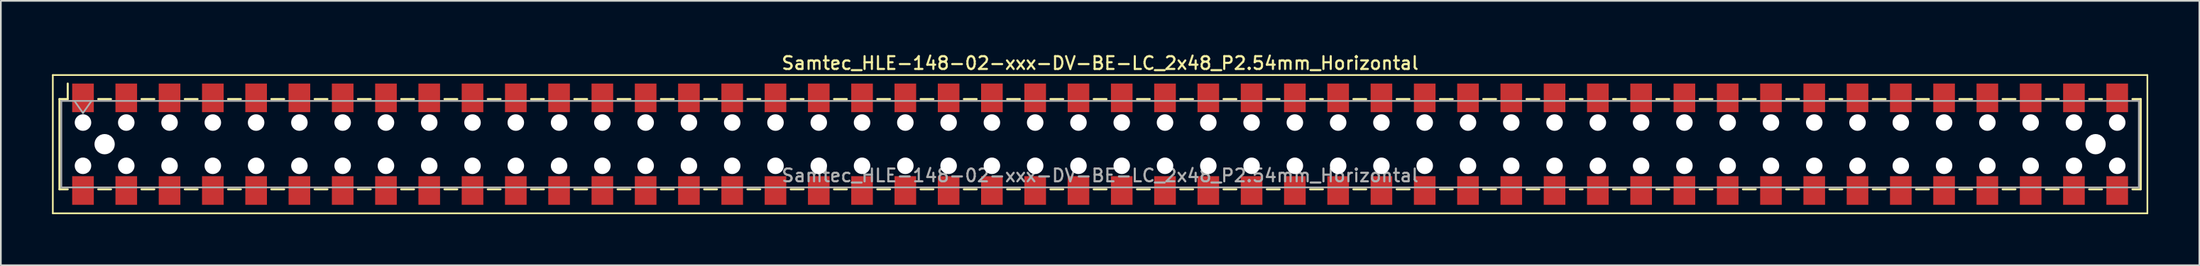
<source format=kicad_pcb>
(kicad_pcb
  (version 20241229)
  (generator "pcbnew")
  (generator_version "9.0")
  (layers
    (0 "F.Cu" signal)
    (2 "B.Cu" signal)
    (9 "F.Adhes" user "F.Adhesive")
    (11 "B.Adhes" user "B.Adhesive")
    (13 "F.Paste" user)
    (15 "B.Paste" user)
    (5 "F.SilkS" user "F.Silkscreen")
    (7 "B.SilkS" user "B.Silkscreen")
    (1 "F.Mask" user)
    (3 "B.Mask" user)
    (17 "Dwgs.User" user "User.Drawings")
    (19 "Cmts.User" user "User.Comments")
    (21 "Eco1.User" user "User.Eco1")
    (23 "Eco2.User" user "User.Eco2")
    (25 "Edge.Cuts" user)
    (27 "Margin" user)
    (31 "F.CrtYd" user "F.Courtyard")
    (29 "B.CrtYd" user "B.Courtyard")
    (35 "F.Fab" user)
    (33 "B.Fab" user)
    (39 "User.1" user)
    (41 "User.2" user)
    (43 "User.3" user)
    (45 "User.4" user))
  (footprint "Samtec_HLE-148-02-xxx-DV-BE-LC_2x48_P2.54mm_Horizontal"
    (layer "F.Cu")
    (at 61.51 5.418)
    (property "Reference" "Samtec_HLE-148-02-xxx-DV-BE-LC_2x48_P2.54mm_Horizontal" (at 0 -4.76 0) (layer "F.SilkS") (effects (font (size 0.75 0.75) (thickness 0.125))))
    (attr smd)
    (fp_line (start -61.46 -4.06) (end 61.46 -4.06) (stroke (width 0.1) (type solid)) (layer "F.SilkS"))
    (fp_line (start -61.46 4.06) (end -61.46 -4.06) (stroke (width 0.1) (type solid)) (layer "F.SilkS"))
    (fp_line (start -61.07 -2.65) (end -61.07 2.65) (stroke (width 0.12) (type solid)) (layer "F.SilkS"))
    (fp_line (start -61.07 2.65) (end -60.585 2.65) (stroke (width 0.12) (type solid)) (layer "F.SilkS"))
    (fp_line (start -60.585 -3.56) (end -60.585 -2.65) (stroke (width 0.12) (type solid)) (layer "F.SilkS"))
    (fp_line (start -60.585 -2.65) (end -61.07 -2.65) (stroke (width 0.12) (type solid)) (layer "F.SilkS"))
    (fp_line (start -58.795 -2.65) (end -58.045 -2.65) (stroke (width 0.12) (type solid)) (layer "F.SilkS"))
    (fp_line (start -58.795 2.65) (end -58.045 2.65) (stroke (width 0.12) (type solid)) (layer "F.SilkS"))
    (fp_line (start -56.255 -2.65) (end -55.505 -2.65) (stroke (width 0.12) (type solid)) (layer "F.SilkS"))
    (fp_line (start -56.255 2.65) (end -55.505 2.65) (stroke (width 0.12) (type solid)) (layer "F.SilkS"))
    (fp_line (start -53.715 -2.65) (end -52.965 -2.65) (stroke (width 0.12) (type solid)) (layer "F.SilkS"))
    (fp_line (start -53.715 2.65) (end -52.965 2.65) (stroke (width 0.12) (type solid)) (layer "F.SilkS"))
    (fp_line (start -51.175 -2.65) (end -50.425 -2.65) (stroke (width 0.12) (type solid)) (layer "F.SilkS"))
    (fp_line (start -51.175 2.65) (end -50.425 2.65) (stroke (width 0.12) (type solid)) (layer "F.SilkS"))
    (fp_line (start -48.635 -2.65) (end -47.885 -2.65) (stroke (width 0.12) (type solid)) (layer "F.SilkS"))
    (fp_line (start -48.635 2.65) (end -47.885 2.65) (stroke (width 0.12) (type solid)) (layer "F.SilkS"))
    (fp_line (start -46.095 -2.65) (end -45.345 -2.65) (stroke (width 0.12) (type solid)) (layer "F.SilkS"))
    (fp_line (start -46.095 2.65) (end -45.345 2.65) (stroke (width 0.12) (type solid)) (layer "F.SilkS"))
    (fp_line (start -43.555 -2.65) (end -42.805 -2.65) (stroke (width 0.12) (type solid)) (layer "F.SilkS"))
    (fp_line (start -43.555 2.65) (end -42.805 2.65) (stroke (width 0.12) (type solid)) (layer "F.SilkS"))
    (fp_line (start -41.015 -2.65) (end -40.265 -2.65) (stroke (width 0.12) (type solid)) (layer "F.SilkS"))
    (fp_line (start -41.015 2.65) (end -40.265 2.65) (stroke (width 0.12) (type solid)) (layer "F.SilkS"))
    (fp_line (start -38.475 -2.65) (end -37.725 -2.65) (stroke (width 0.12) (type solid)) (layer "F.SilkS"))
    (fp_line (start -38.475 2.65) (end -37.725 2.65) (stroke (width 0.12) (type solid)) (layer "F.SilkS"))
    (fp_line (start -35.935 -2.65) (end -35.185 -2.65) (stroke (width 0.12) (type solid)) (layer "F.SilkS"))
    (fp_line (start -35.935 2.65) (end -35.185 2.65) (stroke (width 0.12) (type solid)) (layer "F.SilkS"))
    (fp_line (start -33.395 -2.65) (end -32.645 -2.65) (stroke (width 0.12) (type solid)) (layer "F.SilkS"))
    (fp_line (start -33.395 2.65) (end -32.645 2.65) (stroke (width 0.12) (type solid)) (layer "F.SilkS"))
    (fp_line (start -30.855 -2.65) (end -30.105 -2.65) (stroke (width 0.12) (type solid)) (layer "F.SilkS"))
    (fp_line (start -30.855 2.65) (end -30.105 2.65) (stroke (width 0.12) (type solid)) (layer "F.SilkS"))
    (fp_line (start -28.315 -2.65) (end -27.565 -2.65) (stroke (width 0.12) (type solid)) (layer "F.SilkS"))
    (fp_line (start -28.315 2.65) (end -27.565 2.65) (stroke (width 0.12) (type solid)) (layer "F.SilkS"))
    (fp_line (start -25.775 -2.65) (end -25.025 -2.65) (stroke (width 0.12) (type solid)) (layer "F.SilkS"))
    (fp_line (start -25.775 2.65) (end -25.025 2.65) (stroke (width 0.12) (type solid)) (layer "F.SilkS"))
    (fp_line (start -23.235 -2.65) (end -22.485 -2.65) (stroke (width 0.12) (type solid)) (layer "F.SilkS"))
    (fp_line (start -23.235 2.65) (end -22.485 2.65) (stroke (width 0.12) (type solid)) (layer "F.SilkS"))
    (fp_line (start -20.695 -2.65) (end -19.945 -2.65) (stroke (width 0.12) (type solid)) (layer "F.SilkS"))
    (fp_line (start -20.695 2.65) (end -19.945 2.65) (stroke (width 0.12) (type solid)) (layer "F.SilkS"))
    (fp_line (start -18.155 -2.65) (end -17.405 -2.65) (stroke (width 0.12) (type solid)) (layer "F.SilkS"))
    (fp_line (start -18.155 2.65) (end -17.405 2.65) (stroke (width 0.12) (type solid)) (layer "F.SilkS"))
    (fp_line (start -15.615 -2.65) (end -14.865 -2.65) (stroke (width 0.12) (type solid)) (layer "F.SilkS"))
    (fp_line (start -15.615 2.65) (end -14.865 2.65) (stroke (width 0.12) (type solid)) (layer "F.SilkS"))
    (fp_line (start -13.075 -2.65) (end -12.325 -2.65) (stroke (width 0.12) (type solid)) (layer "F.SilkS"))
    (fp_line (start -13.075 2.65) (end -12.325 2.65) (stroke (width 0.12) (type solid)) (layer "F.SilkS"))
    (fp_line (start -10.535 -2.65) (end -9.785 -2.65) (stroke (width 0.12) (type solid)) (layer "F.SilkS"))
    (fp_line (start -10.535 2.65) (end -9.785 2.65) (stroke (width 0.12) (type solid)) (layer "F.SilkS"))
    (fp_line (start -7.995 -2.65) (end -7.245 -2.65) (stroke (width 0.12) (type solid)) (layer "F.SilkS"))
    (fp_line (start -7.995 2.65) (end -7.245 2.65) (stroke (width 0.12) (type solid)) (layer "F.SilkS"))
    (fp_line (start -5.455 -2.65) (end -4.705 -2.65) (stroke (width 0.12) (type solid)) (layer "F.SilkS"))
    (fp_line (start -5.455 2.65) (end -4.705 2.65) (stroke (width 0.12) (type solid)) (layer "F.SilkS"))
    (fp_line (start -2.915 -2.65) (end -2.165 -2.65) (stroke (width 0.12) (type solid)) (layer "F.SilkS"))
    (fp_line (start -2.915 2.65) (end -2.165 2.65) (stroke (width 0.12) (type solid)) (layer "F.SilkS"))
    (fp_line (start -0.375 -2.65) (end 0.375 -2.65) (stroke (width 0.12) (type solid)) (layer "F.SilkS"))
    (fp_line (start -0.375 2.65) (end 0.375 2.65) (stroke (width 0.12) (type solid)) (layer "F.SilkS"))
    (fp_line (start 2.165 -2.65) (end 2.915 -2.65) (stroke (width 0.12) (type solid)) (layer "F.SilkS"))
    (fp_line (start 2.165 2.65) (end 2.915 2.65) (stroke (width 0.12) (type solid)) (layer "F.SilkS"))
    (fp_line (start 4.705 -2.65) (end 5.455 -2.65) (stroke (width 0.12) (type solid)) (layer "F.SilkS"))
    (fp_line (start 4.705 2.65) (end 5.455 2.65) (stroke (width 0.12) (type solid)) (layer "F.SilkS"))
    (fp_line (start 7.245 -2.65) (end 7.995 -2.65) (stroke (width 0.12) (type solid)) (layer "F.SilkS"))
    (fp_line (start 7.245 2.65) (end 7.995 2.65) (stroke (width 0.12) (type solid)) (layer "F.SilkS"))
    (fp_line (start 9.785 -2.65) (end 10.535 -2.65) (stroke (width 0.12) (type solid)) (layer "F.SilkS"))
    (fp_line (start 9.785 2.65) (end 10.535 2.65) (stroke (width 0.12) (type solid)) (layer "F.SilkS"))
    (fp_line (start 12.325 -2.65) (end 13.075 -2.65) (stroke (width 0.12) (type solid)) (layer "F.SilkS"))
    (fp_line (start 12.325 2.65) (end 13.075 2.65) (stroke (width 0.12) (type solid)) (layer "F.SilkS"))
    (fp_line (start 14.865 -2.65) (end 15.615 -2.65) (stroke (width 0.12) (type solid)) (layer "F.SilkS"))
    (fp_line (start 14.865 2.65) (end 15.615 2.65) (stroke (width 0.12) (type solid)) (layer "F.SilkS"))
    (fp_line (start 17.405 -2.65) (end 18.155 -2.65) (stroke (width 0.12) (type solid)) (layer "F.SilkS"))
    (fp_line (start 17.405 2.65) (end 18.155 2.65) (stroke (width 0.12) (type solid)) (layer "F.SilkS"))
    (fp_line (start 19.945 -2.65) (end 20.695 -2.65) (stroke (width 0.12) (type solid)) (layer "F.SilkS"))
    (fp_line (start 19.945 2.65) (end 20.695 2.65) (stroke (width 0.12) (type solid)) (layer "F.SilkS"))
    (fp_line (start 22.485 -2.65) (end 23.235 -2.65) (stroke (width 0.12) (type solid)) (layer "F.SilkS"))
    (fp_line (start 22.485 2.65) (end 23.235 2.65) (stroke (width 0.12) (type solid)) (layer "F.SilkS"))
    (fp_line (start 25.025 -2.65) (end 25.775 -2.65) (stroke (width 0.12) (type solid)) (layer "F.SilkS"))
    (fp_line (start 25.025 2.65) (end 25.775 2.65) (stroke (width 0.12) (type solid)) (layer "F.SilkS"))
    (fp_line (start 27.565 -2.65) (end 28.315 -2.65) (stroke (width 0.12) (type solid)) (layer "F.SilkS"))
    (fp_line (start 27.565 2.65) (end 28.315 2.65) (stroke (width 0.12) (type solid)) (layer "F.SilkS"))
    (fp_line (start 30.105 -2.65) (end 30.855 -2.65) (stroke (width 0.12) (type solid)) (layer "F.SilkS"))
    (fp_line (start 30.105 2.65) (end 30.855 2.65) (stroke (width 0.12) (type solid)) (layer "F.SilkS"))
    (fp_line (start 32.645 -2.65) (end 33.395 -2.65) (stroke (width 0.12) (type solid)) (layer "F.SilkS"))
    (fp_line (start 32.645 2.65) (end 33.395 2.65) (stroke (width 0.12) (type solid)) (layer "F.SilkS"))
    (fp_line (start 35.185 -2.65) (end 35.935 -2.65) (stroke (width 0.12) (type solid)) (layer "F.SilkS"))
    (fp_line (start 35.185 2.65) (end 35.935 2.65) (stroke (width 0.12) (type solid)) (layer "F.SilkS"))
    (fp_line (start 37.725 -2.65) (end 38.475 -2.65) (stroke (width 0.12) (type solid)) (layer "F.SilkS"))
    (fp_line (start 37.725 2.65) (end 38.475 2.65) (stroke (width 0.12) (type solid)) (layer "F.SilkS"))
    (fp_line (start 40.265 -2.65) (end 41.015 -2.65) (stroke (width 0.12) (type solid)) (layer "F.SilkS"))
    (fp_line (start 40.265 2.65) (end 41.015 2.65) (stroke (width 0.12) (type solid)) (layer "F.SilkS"))
    (fp_line (start 42.805 -2.65) (end 43.555 -2.65) (stroke (width 0.12) (type solid)) (layer "F.SilkS"))
    (fp_line (start 42.805 2.65) (end 43.555 2.65) (stroke (width 0.12) (type solid)) (layer "F.SilkS"))
    (fp_line (start 45.345 -2.65) (end 46.095 -2.65) (stroke (width 0.12) (type solid)) (layer "F.SilkS"))
    (fp_line (start 45.345 2.65) (end 46.095 2.65) (stroke (width 0.12) (type solid)) (layer "F.SilkS"))
    (fp_line (start 47.885 -2.65) (end 48.635 -2.65) (stroke (width 0.12) (type solid)) (layer "F.SilkS"))
    (fp_line (start 47.885 2.65) (end 48.635 2.65) (stroke (width 0.12) (type solid)) (layer "F.SilkS"))
    (fp_line (start 50.425 -2.65) (end 51.175 -2.65) (stroke (width 0.12) (type solid)) (layer "F.SilkS"))
    (fp_line (start 50.425 2.65) (end 51.175 2.65) (stroke (width 0.12) (type solid)) (layer "F.SilkS"))
    (fp_line (start 52.965 -2.65) (end 53.715 -2.65) (stroke (width 0.12) (type solid)) (layer "F.SilkS"))
    (fp_line (start 52.965 2.65) (end 53.715 2.65) (stroke (width 0.12) (type solid)) (layer "F.SilkS"))
    (fp_line (start 55.505 -2.65) (end 56.255 -2.65) (stroke (width 0.12) (type solid)) (layer "F.SilkS"))
    (fp_line (start 55.505 2.65) (end 56.255 2.65) (stroke (width 0.12) (type solid)) (layer "F.SilkS"))
    (fp_line (start 58.045 -2.65) (end 58.795 -2.65) (stroke (width 0.12) (type solid)) (layer "F.SilkS"))
    (fp_line (start 58.045 2.65) (end 58.795 2.65) (stroke (width 0.12) (type solid)) (layer "F.SilkS"))
    (fp_line (start 60.585 -2.65) (end 61.07 -2.65) (stroke (width 0.12) (type solid)) (layer "F.SilkS"))
    (fp_line (start 61.07 -2.65) (end 61.07 2.65) (stroke (width 0.12) (type solid)) (layer "F.SilkS"))
    (fp_line (start 61.07 2.65) (end 60.585 2.65) (stroke (width 0.12) (type solid)) (layer "F.SilkS"))
    (fp_line (start 61.46 -4.06) (end 61.46 4.06) (stroke (width 0.1) (type solid)) (layer "F.SilkS"))
    (fp_line (start 61.46 4.06) (end -61.46 4.06) (stroke (width 0.1) (type solid)) (layer "F.SilkS"))
    (fp_line (start -60.96 -2.54) (end 60.96 -2.54) (stroke (width 0.1) (type solid)) (layer "F.Fab"))
    (fp_line (start -60.96 2.54) (end -60.96 -2.54) (stroke (width 0.1) (type solid)) (layer "F.Fab"))
    (fp_line (start -60.19 -2.54) (end -59.69 -1.833) (stroke (width 0.1) (type solid)) (layer "F.Fab"))
    (fp_line (start -59.69 -1.833) (end -59.19 -2.54) (stroke (width 0.1) (type solid)) (layer "F.Fab"))
    (fp_line (start 60.96 -2.54) (end 60.96 2.54) (stroke (width 0.1) (type solid)) (layer "F.Fab"))
    (fp_line (start 60.96 2.54) (end -60.96 2.54) (stroke (width 0.1) (type solid)) (layer "F.Fab"))
    (fp_text user "${REFERENCE}" (at 0 1.84 0) (layer "F.Fab") (effects (font (size 0.75 0.75) (thickness 0.125))))
    (pad "" np_thru_hole circle (at -59.69 -1.27) (size 0.97 0.97) (drill 0.97) (layers "*.Cu" "*.Mask"))
    (pad "" np_thru_hole circle (at -59.69 1.27) (size 0.97 0.97) (drill 0.97) (layers "*.Cu" "*.Mask"))
    (pad "" np_thru_hole circle (at -58.42 0) (size 1.19 1.19) (drill 1.19) (layers "*.Cu" "*.Mask"))
    (pad "" np_thru_hole circle (at -57.15 -1.27) (size 0.97 0.97) (drill 0.97) (layers "*.Cu" "*.Mask"))
    (pad "" np_thru_hole circle (at -57.15 1.27) (size 0.97 0.97) (drill 0.97) (layers "*.Cu" "*.Mask"))
    (pad "" np_thru_hole circle (at -54.61 -1.27) (size 0.97 0.97) (drill 0.97) (layers "*.Cu" "*.Mask"))
    (pad "" np_thru_hole circle (at -54.61 1.27) (size 0.97 0.97) (drill 0.97) (layers "*.Cu" "*.Mask"))
    (pad "" np_thru_hole circle (at -52.07 -1.27) (size 0.97 0.97) (drill 0.97) (layers "*.Cu" "*.Mask"))
    (pad "" np_thru_hole circle (at -52.07 1.27) (size 0.97 0.97) (drill 0.97) (layers "*.Cu" "*.Mask"))
    (pad "" np_thru_hole circle (at -49.53 -1.27) (size 0.97 0.97) (drill 0.97) (layers "*.Cu" "*.Mask"))
    (pad "" np_thru_hole circle (at -49.53 1.27) (size 0.97 0.97) (drill 0.97) (layers "*.Cu" "*.Mask"))
    (pad "" np_thru_hole circle (at -46.99 -1.27) (size 0.97 0.97) (drill 0.97) (layers "*.Cu" "*.Mask"))
    (pad "" np_thru_hole circle (at -46.99 1.27) (size 0.97 0.97) (drill 0.97) (layers "*.Cu" "*.Mask"))
    (pad "" np_thru_hole circle (at -44.45 -1.27) (size 0.97 0.97) (drill 0.97) (layers "*.Cu" "*.Mask"))
    (pad "" np_thru_hole circle (at -44.45 1.27) (size 0.97 0.97) (drill 0.97) (layers "*.Cu" "*.Mask"))
    (pad "" np_thru_hole circle (at -41.91 -1.27) (size 0.97 0.97) (drill 0.97) (layers "*.Cu" "*.Mask"))
    (pad "" np_thru_hole circle (at -41.91 1.27) (size 0.97 0.97) (drill 0.97) (layers "*.Cu" "*.Mask"))
    (pad "" np_thru_hole circle (at -39.37 -1.27) (size 0.97 0.97) (drill 0.97) (layers "*.Cu" "*.Mask"))
    (pad "" np_thru_hole circle (at -39.37 1.27) (size 0.97 0.97) (drill 0.97) (layers "*.Cu" "*.Mask"))
    (pad "" np_thru_hole circle (at -36.83 -1.27) (size 0.97 0.97) (drill 0.97) (layers "*.Cu" "*.Mask"))
    (pad "" np_thru_hole circle (at -36.83 1.27) (size 0.97 0.97) (drill 0.97) (layers "*.Cu" "*.Mask"))
    (pad "" np_thru_hole circle (at -34.29 -1.27) (size 0.97 0.97) (drill 0.97) (layers "*.Cu" "*.Mask"))
    (pad "" np_thru_hole circle (at -34.29 1.27) (size 0.97 0.97) (drill 0.97) (layers "*.Cu" "*.Mask"))
    (pad "" np_thru_hole circle (at -31.75 -1.27) (size 0.97 0.97) (drill 0.97) (layers "*.Cu" "*.Mask"))
    (pad "" np_thru_hole circle (at -31.75 1.27) (size 0.97 0.97) (drill 0.97) (layers "*.Cu" "*.Mask"))
    (pad "" np_thru_hole circle (at -29.21 -1.27) (size 0.97 0.97) (drill 0.97) (layers "*.Cu" "*.Mask"))
    (pad "" np_thru_hole circle (at -29.21 1.27) (size 0.97 0.97) (drill 0.97) (layers "*.Cu" "*.Mask"))
    (pad "" np_thru_hole circle (at -26.67 -1.27) (size 0.97 0.97) (drill 0.97) (layers "*.Cu" "*.Mask"))
    (pad "" np_thru_hole circle (at -26.67 1.27) (size 0.97 0.97) (drill 0.97) (layers "*.Cu" "*.Mask"))
    (pad "" np_thru_hole circle (at -24.13 -1.27) (size 0.97 0.97) (drill 0.97) (layers "*.Cu" "*.Mask"))
    (pad "" np_thru_hole circle (at -24.13 1.27) (size 0.97 0.97) (drill 0.97) (layers "*.Cu" "*.Mask"))
    (pad "" np_thru_hole circle (at -21.59 -1.27) (size 0.97 0.97) (drill 0.97) (layers "*.Cu" "*.Mask"))
    (pad "" np_thru_hole circle (at -21.59 1.27) (size 0.97 0.97) (drill 0.97) (layers "*.Cu" "*.Mask"))
    (pad "" np_thru_hole circle (at -19.05 -1.27) (size 0.97 0.97) (drill 0.97) (layers "*.Cu" "*.Mask"))
    (pad "" np_thru_hole circle (at -19.05 1.27) (size 0.97 0.97) (drill 0.97) (layers "*.Cu" "*.Mask"))
    (pad "" np_thru_hole circle (at -16.51 -1.27) (size 0.97 0.97) (drill 0.97) (layers "*.Cu" "*.Mask"))
    (pad "" np_thru_hole circle (at -16.51 1.27) (size 0.97 0.97) (drill 0.97) (layers "*.Cu" "*.Mask"))
    (pad "" np_thru_hole circle (at -13.97 -1.27) (size 0.97 0.97) (drill 0.97) (layers "*.Cu" "*.Mask"))
    (pad "" np_thru_hole circle (at -13.97 1.27) (size 0.97 0.97) (drill 0.97) (layers "*.Cu" "*.Mask"))
    (pad "" np_thru_hole circle (at -11.43 -1.27) (size 0.97 0.97) (drill 0.97) (layers "*.Cu" "*.Mask"))
    (pad "" np_thru_hole circle (at -11.43 1.27) (size 0.97 0.97) (drill 0.97) (layers "*.Cu" "*.Mask"))
    (pad "" np_thru_hole circle (at -8.89 -1.27) (size 0.97 0.97) (drill 0.97) (layers "*.Cu" "*.Mask"))
    (pad "" np_thru_hole circle (at -8.89 1.27) (size 0.97 0.97) (drill 0.97) (layers "*.Cu" "*.Mask"))
    (pad "" np_thru_hole circle (at -6.35 -1.27) (size 0.97 0.97) (drill 0.97) (layers "*.Cu" "*.Mask"))
    (pad "" np_thru_hole circle (at -6.35 1.27) (size 0.97 0.97) (drill 0.97) (layers "*.Cu" "*.Mask"))
    (pad "" np_thru_hole circle (at -3.81 -1.27) (size 0.97 0.97) (drill 0.97) (layers "*.Cu" "*.Mask"))
    (pad "" np_thru_hole circle (at -3.81 1.27) (size 0.97 0.97) (drill 0.97) (layers "*.Cu" "*.Mask"))
    (pad "" np_thru_hole circle (at -1.27 -1.27) (size 0.97 0.97) (drill 0.97) (layers "*.Cu" "*.Mask"))
    (pad "" np_thru_hole circle (at -1.27 1.27) (size 0.97 0.97) (drill 0.97) (layers "*.Cu" "*.Mask"))
    (pad "" np_thru_hole circle (at 1.27 -1.27) (size 0.97 0.97) (drill 0.97) (layers "*.Cu" "*.Mask"))
    (pad "" np_thru_hole circle (at 1.27 1.27) (size 0.97 0.97) (drill 0.97) (layers "*.Cu" "*.Mask"))
    (pad "" np_thru_hole circle (at 3.81 -1.27) (size 0.97 0.97) (drill 0.97) (layers "*.Cu" "*.Mask"))
    (pad "" np_thru_hole circle (at 3.81 1.27) (size 0.97 0.97) (drill 0.97) (layers "*.Cu" "*.Mask"))
    (pad "" np_thru_hole circle (at 6.35 -1.27) (size 0.97 0.97) (drill 0.97) (layers "*.Cu" "*.Mask"))
    (pad "" np_thru_hole circle (at 6.35 1.27) (size 0.97 0.97) (drill 0.97) (layers "*.Cu" "*.Mask"))
    (pad "" np_thru_hole circle (at 8.89 -1.27) (size 0.97 0.97) (drill 0.97) (layers "*.Cu" "*.Mask"))
    (pad "" np_thru_hole circle (at 8.89 1.27) (size 0.97 0.97) (drill 0.97) (layers "*.Cu" "*.Mask"))
    (pad "" np_thru_hole circle (at 11.43 -1.27) (size 0.97 0.97) (drill 0.97) (layers "*.Cu" "*.Mask"))
    (pad "" np_thru_hole circle (at 11.43 1.27) (size 0.97 0.97) (drill 0.97) (layers "*.Cu" "*.Mask"))
    (pad "" np_thru_hole circle (at 13.97 -1.27) (size 0.97 0.97) (drill 0.97) (layers "*.Cu" "*.Mask"))
    (pad "" np_thru_hole circle (at 13.97 1.27) (size 0.97 0.97) (drill 0.97) (layers "*.Cu" "*.Mask"))
    (pad "" np_thru_hole circle (at 16.51 -1.27) (size 0.97 0.97) (drill 0.97) (layers "*.Cu" "*.Mask"))
    (pad "" np_thru_hole circle (at 16.51 1.27) (size 0.97 0.97) (drill 0.97) (layers "*.Cu" "*.Mask"))
    (pad "" np_thru_hole circle (at 19.05 -1.27) (size 0.97 0.97) (drill 0.97) (layers "*.Cu" "*.Mask"))
    (pad "" np_thru_hole circle (at 19.05 1.27) (size 0.97 0.97) (drill 0.97) (layers "*.Cu" "*.Mask"))
    (pad "" np_thru_hole circle (at 21.59 -1.27) (size 0.97 0.97) (drill 0.97) (layers "*.Cu" "*.Mask"))
    (pad "" np_thru_hole circle (at 21.59 1.27) (size 0.97 0.97) (drill 0.97) (layers "*.Cu" "*.Mask"))
    (pad "" np_thru_hole circle (at 24.13 -1.27) (size 0.97 0.97) (drill 0.97) (layers "*.Cu" "*.Mask"))
    (pad "" np_thru_hole circle (at 24.13 1.27) (size 0.97 0.97) (drill 0.97) (layers "*.Cu" "*.Mask"))
    (pad "" np_thru_hole circle (at 26.67 -1.27) (size 0.97 0.97) (drill 0.97) (layers "*.Cu" "*.Mask"))
    (pad "" np_thru_hole circle (at 26.67 1.27) (size 0.97 0.97) (drill 0.97) (layers "*.Cu" "*.Mask"))
    (pad "" np_thru_hole circle (at 29.21 -1.27) (size 0.97 0.97) (drill 0.97) (layers "*.Cu" "*.Mask"))
    (pad "" np_thru_hole circle (at 29.21 1.27) (size 0.97 0.97) (drill 0.97) (layers "*.Cu" "*.Mask"))
    (pad "" np_thru_hole circle (at 31.75 -1.27) (size 0.97 0.97) (drill 0.97) (layers "*.Cu" "*.Mask"))
    (pad "" np_thru_hole circle (at 31.75 1.27) (size 0.97 0.97) (drill 0.97) (layers "*.Cu" "*.Mask"))
    (pad "" np_thru_hole circle (at 34.29 -1.27) (size 0.97 0.97) (drill 0.97) (layers "*.Cu" "*.Mask"))
    (pad "" np_thru_hole circle (at 34.29 1.27) (size 0.97 0.97) (drill 0.97) (layers "*.Cu" "*.Mask"))
    (pad "" np_thru_hole circle (at 36.83 -1.27) (size 0.97 0.97) (drill 0.97) (layers "*.Cu" "*.Mask"))
    (pad "" np_thru_hole circle (at 36.83 1.27) (size 0.97 0.97) (drill 0.97) (layers "*.Cu" "*.Mask"))
    (pad "" np_thru_hole circle (at 39.37 -1.27) (size 0.97 0.97) (drill 0.97) (layers "*.Cu" "*.Mask"))
    (pad "" np_thru_hole circle (at 39.37 1.27) (size 0.97 0.97) (drill 0.97) (layers "*.Cu" "*.Mask"))
    (pad "" np_thru_hole circle (at 41.91 -1.27) (size 0.97 0.97) (drill 0.97) (layers "*.Cu" "*.Mask"))
    (pad "" np_thru_hole circle (at 41.91 1.27) (size 0.97 0.97) (drill 0.97) (layers "*.Cu" "*.Mask"))
    (pad "" np_thru_hole circle (at 44.45 -1.27) (size 0.97 0.97) (drill 0.97) (layers "*.Cu" "*.Mask"))
    (pad "" np_thru_hole circle (at 44.45 1.27) (size 0.97 0.97) (drill 0.97) (layers "*.Cu" "*.Mask"))
    (pad "" np_thru_hole circle (at 46.99 -1.27) (size 0.97 0.97) (drill 0.97) (layers "*.Cu" "*.Mask"))
    (pad "" np_thru_hole circle (at 46.99 1.27) (size 0.97 0.97) (drill 0.97) (layers "*.Cu" "*.Mask"))
    (pad "" np_thru_hole circle (at 49.53 -1.27) (size 0.97 0.97) (drill 0.97) (layers "*.Cu" "*.Mask"))
    (pad "" np_thru_hole circle (at 49.53 1.27) (size 0.97 0.97) (drill 0.97) (layers "*.Cu" "*.Mask"))
    (pad "" np_thru_hole circle (at 52.07 -1.27) (size 0.97 0.97) (drill 0.97) (layers "*.Cu" "*.Mask"))
    (pad "" np_thru_hole circle (at 52.07 1.27) (size 0.97 0.97) (drill 0.97) (layers "*.Cu" "*.Mask"))
    (pad "" np_thru_hole circle (at 54.61 -1.27) (size 0.97 0.97) (drill 0.97) (layers "*.Cu" "*.Mask"))
    (pad "" np_thru_hole circle (at 54.61 1.27) (size 0.97 0.97) (drill 0.97) (layers "*.Cu" "*.Mask"))
    (pad "" np_thru_hole circle (at 57.15 -1.27) (size 0.97 0.97) (drill 0.97) (layers "*.Cu" "*.Mask"))
    (pad "" np_thru_hole circle (at 57.15 1.27) (size 0.97 0.97) (drill 0.97) (layers "*.Cu" "*.Mask"))
    (pad "" np_thru_hole circle (at 58.42 0) (size 1.19 1.19) (drill 1.19) (layers "*.Cu" "*.Mask"))
    (pad "" np_thru_hole circle (at 59.69 -1.27) (size 0.97 0.97) (drill 0.97) (layers "*.Cu" "*.Mask"))
    (pad "" np_thru_hole circle (at 59.69 1.27) (size 0.97 0.97) (drill 0.97) (layers "*.Cu" "*.Mask"))
    (pad "1" smd rect (at -59.69 -2.72) (size 1.27 1.68) (layers "F.Cu" "F.Mask" "F.Paste"))
    (pad "2" smd rect (at -59.69 2.72) (size 1.27 1.68) (layers "F.Cu" "F.Mask" "F.Paste"))
    (pad "3" smd rect (at -57.15 -2.72) (size 1.27 1.68) (layers "F.Cu" "F.Mask" "F.Paste"))
    (pad "4" smd rect (at -57.15 2.72) (size 1.27 1.68) (layers "F.Cu" "F.Mask" "F.Paste"))
    (pad "5" smd rect (at -54.61 -2.72) (size 1.27 1.68) (layers "F.Cu" "F.Mask" "F.Paste"))
    (pad "6" smd rect (at -54.61 2.72) (size 1.27 1.68) (layers "F.Cu" "F.Mask" "F.Paste"))
    (pad "7" smd rect (at -52.07 -2.72) (size 1.27 1.68) (layers "F.Cu" "F.Mask" "F.Paste"))
    (pad "8" smd rect (at -52.07 2.72) (size 1.27 1.68) (layers "F.Cu" "F.Mask" "F.Paste"))
    (pad "9" smd rect (at -49.53 -2.72) (size 1.27 1.68) (layers "F.Cu" "F.Mask" "F.Paste"))
    (pad "10" smd rect (at -49.53 2.72) (size 1.27 1.68) (layers "F.Cu" "F.Mask" "F.Paste"))
    (pad "11" smd rect (at -46.99 -2.72) (size 1.27 1.68) (layers "F.Cu" "F.Mask" "F.Paste"))
    (pad "12" smd rect (at -46.99 2.72) (size 1.27 1.68) (layers "F.Cu" "F.Mask" "F.Paste"))
    (pad "13" smd rect (at -44.45 -2.72) (size 1.27 1.68) (layers "F.Cu" "F.Mask" "F.Paste"))
    (pad "14" smd rect (at -44.45 2.72) (size 1.27 1.68) (layers "F.Cu" "F.Mask" "F.Paste"))
    (pad "15" smd rect (at -41.91 -2.72) (size 1.27 1.68) (layers "F.Cu" "F.Mask" "F.Paste"))
    (pad "16" smd rect (at -41.91 2.72) (size 1.27 1.68) (layers "F.Cu" "F.Mask" "F.Paste"))
    (pad "17" smd rect (at -39.37 -2.72) (size 1.27 1.68) (layers "F.Cu" "F.Mask" "F.Paste"))
    (pad "18" smd rect (at -39.37 2.72) (size 1.27 1.68) (layers "F.Cu" "F.Mask" "F.Paste"))
    (pad "19" smd rect (at -36.83 -2.72) (size 1.27 1.68) (layers "F.Cu" "F.Mask" "F.Paste"))
    (pad "20" smd rect (at -36.83 2.72) (size 1.27 1.68) (layers "F.Cu" "F.Mask" "F.Paste"))
    (pad "21" smd rect (at -34.29 -2.72) (size 1.27 1.68) (layers "F.Cu" "F.Mask" "F.Paste"))
    (pad "22" smd rect (at -34.29 2.72) (size 1.27 1.68) (layers "F.Cu" "F.Mask" "F.Paste"))
    (pad "23" smd rect (at -31.75 -2.72) (size 1.27 1.68) (layers "F.Cu" "F.Mask" "F.Paste"))
    (pad "24" smd rect (at -31.75 2.72) (size 1.27 1.68) (layers "F.Cu" "F.Mask" "F.Paste"))
    (pad "25" smd rect (at -29.21 -2.72) (size 1.27 1.68) (layers "F.Cu" "F.Mask" "F.Paste"))
    (pad "26" smd rect (at -29.21 2.72) (size 1.27 1.68) (layers "F.Cu" "F.Mask" "F.Paste"))
    (pad "27" smd rect (at -26.67 -2.72) (size 1.27 1.68) (layers "F.Cu" "F.Mask" "F.Paste"))
    (pad "28" smd rect (at -26.67 2.72) (size 1.27 1.68) (layers "F.Cu" "F.Mask" "F.Paste"))
    (pad "29" smd rect (at -24.13 -2.72) (size 1.27 1.68) (layers "F.Cu" "F.Mask" "F.Paste"))
    (pad "30" smd rect (at -24.13 2.72) (size 1.27 1.68) (layers "F.Cu" "F.Mask" "F.Paste"))
    (pad "31" smd rect (at -21.59 -2.72) (size 1.27 1.68) (layers "F.Cu" "F.Mask" "F.Paste"))
    (pad "32" smd rect (at -21.59 2.72) (size 1.27 1.68) (layers "F.Cu" "F.Mask" "F.Paste"))
    (pad "33" smd rect (at -19.05 -2.72) (size 1.27 1.68) (layers "F.Cu" "F.Mask" "F.Paste"))
    (pad "34" smd rect (at -19.05 2.72) (size 1.27 1.68) (layers "F.Cu" "F.Mask" "F.Paste"))
    (pad "35" smd rect (at -16.51 -2.72) (size 1.27 1.68) (layers "F.Cu" "F.Mask" "F.Paste"))
    (pad "36" smd rect (at -16.51 2.72) (size 1.27 1.68) (layers "F.Cu" "F.Mask" "F.Paste"))
    (pad "37" smd rect (at -13.97 -2.72) (size 1.27 1.68) (layers "F.Cu" "F.Mask" "F.Paste"))
    (pad "38" smd rect (at -13.97 2.72) (size 1.27 1.68) (layers "F.Cu" "F.Mask" "F.Paste"))
    (pad "39" smd rect (at -11.43 -2.72) (size 1.27 1.68) (layers "F.Cu" "F.Mask" "F.Paste"))
    (pad "40" smd rect (at -11.43 2.72) (size 1.27 1.68) (layers "F.Cu" "F.Mask" "F.Paste"))
    (pad "41" smd rect (at -8.89 -2.72) (size 1.27 1.68) (layers "F.Cu" "F.Mask" "F.Paste"))
    (pad "42" smd rect (at -8.89 2.72) (size 1.27 1.68) (layers "F.Cu" "F.Mask" "F.Paste"))
    (pad "43" smd rect (at -6.35 -2.72) (size 1.27 1.68) (layers "F.Cu" "F.Mask" "F.Paste"))
    (pad "44" smd rect (at -6.35 2.72) (size 1.27 1.68) (layers "F.Cu" "F.Mask" "F.Paste"))
    (pad "45" smd rect (at -3.81 -2.72) (size 1.27 1.68) (layers "F.Cu" "F.Mask" "F.Paste"))
    (pad "46" smd rect (at -3.81 2.72) (size 1.27 1.68) (layers "F.Cu" "F.Mask" "F.Paste"))
    (pad "47" smd rect (at -1.27 -2.72) (size 1.27 1.68) (layers "F.Cu" "F.Mask" "F.Paste"))
    (pad "48" smd rect (at -1.27 2.72) (size 1.27 1.68) (layers "F.Cu" "F.Mask" "F.Paste"))
    (pad "49" smd rect (at 1.27 -2.72) (size 1.27 1.68) (layers "F.Cu" "F.Mask" "F.Paste"))
    (pad "50" smd rect (at 1.27 2.72) (size 1.27 1.68) (layers "F.Cu" "F.Mask" "F.Paste"))
    (pad "51" smd rect (at 3.81 -2.72) (size 1.27 1.68) (layers "F.Cu" "F.Mask" "F.Paste"))
    (pad "52" smd rect (at 3.81 2.72) (size 1.27 1.68) (layers "F.Cu" "F.Mask" "F.Paste"))
    (pad "53" smd rect (at 6.35 -2.72) (size 1.27 1.68) (layers "F.Cu" "F.Mask" "F.Paste"))
    (pad "54" smd rect (at 6.35 2.72) (size 1.27 1.68) (layers "F.Cu" "F.Mask" "F.Paste"))
    (pad "55" smd rect (at 8.89 -2.72) (size 1.27 1.68) (layers "F.Cu" "F.Mask" "F.Paste"))
    (pad "56" smd rect (at 8.89 2.72) (size 1.27 1.68) (layers "F.Cu" "F.Mask" "F.Paste"))
    (pad "57" smd rect (at 11.43 -2.72) (size 1.27 1.68) (layers "F.Cu" "F.Mask" "F.Paste"))
    (pad "58" smd rect (at 11.43 2.72) (size 1.27 1.68) (layers "F.Cu" "F.Mask" "F.Paste"))
    (pad "59" smd rect (at 13.97 -2.72) (size 1.27 1.68) (layers "F.Cu" "F.Mask" "F.Paste"))
    (pad "60" smd rect (at 13.97 2.72) (size 1.27 1.68) (layers "F.Cu" "F.Mask" "F.Paste"))
    (pad "61" smd rect (at 16.51 -2.72) (size 1.27 1.68) (layers "F.Cu" "F.Mask" "F.Paste"))
    (pad "62" smd rect (at 16.51 2.72) (size 1.27 1.68) (layers "F.Cu" "F.Mask" "F.Paste"))
    (pad "63" smd rect (at 19.05 -2.72) (size 1.27 1.68) (layers "F.Cu" "F.Mask" "F.Paste"))
    (pad "64" smd rect (at 19.05 2.72) (size 1.27 1.68) (layers "F.Cu" "F.Mask" "F.Paste"))
    (pad "65" smd rect (at 21.59 -2.72) (size 1.27 1.68) (layers "F.Cu" "F.Mask" "F.Paste"))
    (pad "66" smd rect (at 21.59 2.72) (size 1.27 1.68) (layers "F.Cu" "F.Mask" "F.Paste"))
    (pad "67" smd rect (at 24.13 -2.72) (size 1.27 1.68) (layers "F.Cu" "F.Mask" "F.Paste"))
    (pad "68" smd rect (at 24.13 2.72) (size 1.27 1.68) (layers "F.Cu" "F.Mask" "F.Paste"))
    (pad "69" smd rect (at 26.67 -2.72) (size 1.27 1.68) (layers "F.Cu" "F.Mask" "F.Paste"))
    (pad "70" smd rect (at 26.67 2.72) (size 1.27 1.68) (layers "F.Cu" "F.Mask" "F.Paste"))
    (pad "71" smd rect (at 29.21 -2.72) (size 1.27 1.68) (layers "F.Cu" "F.Mask" "F.Paste"))
    (pad "72" smd rect (at 29.21 2.72) (size 1.27 1.68) (layers "F.Cu" "F.Mask" "F.Paste"))
    (pad "73" smd rect (at 31.75 -2.72) (size 1.27 1.68) (layers "F.Cu" "F.Mask" "F.Paste"))
    (pad "74" smd rect (at 31.75 2.72) (size 1.27 1.68) (layers "F.Cu" "F.Mask" "F.Paste"))
    (pad "75" smd rect (at 34.29 -2.72) (size 1.27 1.68) (layers "F.Cu" "F.Mask" "F.Paste"))
    (pad "76" smd rect (at 34.29 2.72) (size 1.27 1.68) (layers "F.Cu" "F.Mask" "F.Paste"))
    (pad "77" smd rect (at 36.83 -2.72) (size 1.27 1.68) (layers "F.Cu" "F.Mask" "F.Paste"))
    (pad "78" smd rect (at 36.83 2.72) (size 1.27 1.68) (layers "F.Cu" "F.Mask" "F.Paste"))
    (pad "79" smd rect (at 39.37 -2.72) (size 1.27 1.68) (layers "F.Cu" "F.Mask" "F.Paste"))
    (pad "80" smd rect (at 39.37 2.72) (size 1.27 1.68) (layers "F.Cu" "F.Mask" "F.Paste"))
    (pad "81" smd rect (at 41.91 -2.72) (size 1.27 1.68) (layers "F.Cu" "F.Mask" "F.Paste"))
    (pad "82" smd rect (at 41.91 2.72) (size 1.27 1.68) (layers "F.Cu" "F.Mask" "F.Paste"))
    (pad "83" smd rect (at 44.45 -2.72) (size 1.27 1.68) (layers "F.Cu" "F.Mask" "F.Paste"))
    (pad "84" smd rect (at 44.45 2.72) (size 1.27 1.68) (layers "F.Cu" "F.Mask" "F.Paste"))
    (pad "85" smd rect (at 46.99 -2.72) (size 1.27 1.68) (layers "F.Cu" "F.Mask" "F.Paste"))
    (pad "86" smd rect (at 46.99 2.72) (size 1.27 1.68) (layers "F.Cu" "F.Mask" "F.Paste"))
    (pad "87" smd rect (at 49.53 -2.72) (size 1.27 1.68) (layers "F.Cu" "F.Mask" "F.Paste"))
    (pad "88" smd rect (at 49.53 2.72) (size 1.27 1.68) (layers "F.Cu" "F.Mask" "F.Paste"))
    (pad "89" smd rect (at 52.07 -2.72) (size 1.27 1.68) (layers "F.Cu" "F.Mask" "F.Paste"))
    (pad "90" smd rect (at 52.07 2.72) (size 1.27 1.68) (layers "F.Cu" "F.Mask" "F.Paste"))
    (pad "91" smd rect (at 54.61 -2.72) (size 1.27 1.68) (layers "F.Cu" "F.Mask" "F.Paste"))
    (pad "92" smd rect (at 54.61 2.72) (size 1.27 1.68) (layers "F.Cu" "F.Mask" "F.Paste"))
    (pad "93" smd rect (at 57.15 -2.72) (size 1.27 1.68) (layers "F.Cu" "F.Mask" "F.Paste"))
    (pad "94" smd rect (at 57.15 2.72) (size 1.27 1.68) (layers "F.Cu" "F.Mask" "F.Paste"))
    (pad "95" smd rect (at 59.69 -2.72) (size 1.27 1.68) (layers "F.Cu" "F.Mask" "F.Paste"))
    (pad "96" smd rect (at 59.69 2.72) (size 1.27 1.68) (layers "F.Cu" "F.Mask" "F.Paste")))
  (gr_rect
    (start -3 -3)
    (end 126.02 12.528)
    (stroke (width 0.1) (type default))
    (fill no)
    (layer "Edge.Cuts")))
</source>
